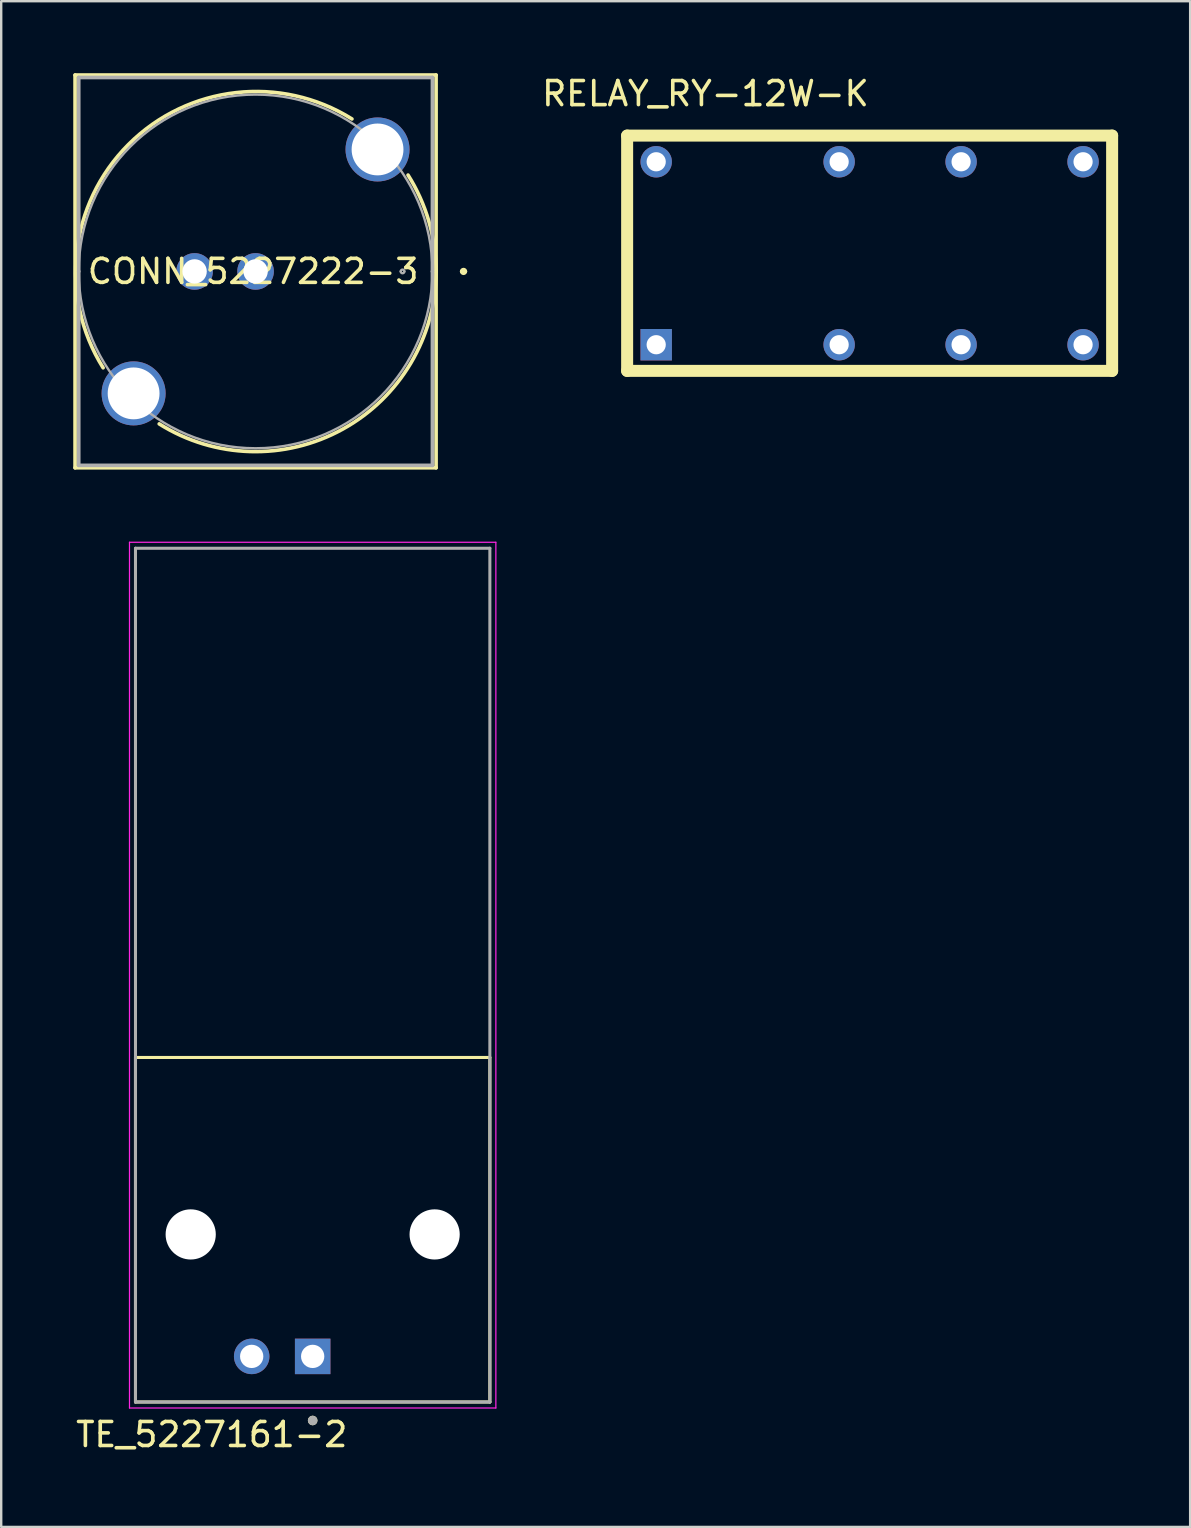
<source format=kicad_pcb>
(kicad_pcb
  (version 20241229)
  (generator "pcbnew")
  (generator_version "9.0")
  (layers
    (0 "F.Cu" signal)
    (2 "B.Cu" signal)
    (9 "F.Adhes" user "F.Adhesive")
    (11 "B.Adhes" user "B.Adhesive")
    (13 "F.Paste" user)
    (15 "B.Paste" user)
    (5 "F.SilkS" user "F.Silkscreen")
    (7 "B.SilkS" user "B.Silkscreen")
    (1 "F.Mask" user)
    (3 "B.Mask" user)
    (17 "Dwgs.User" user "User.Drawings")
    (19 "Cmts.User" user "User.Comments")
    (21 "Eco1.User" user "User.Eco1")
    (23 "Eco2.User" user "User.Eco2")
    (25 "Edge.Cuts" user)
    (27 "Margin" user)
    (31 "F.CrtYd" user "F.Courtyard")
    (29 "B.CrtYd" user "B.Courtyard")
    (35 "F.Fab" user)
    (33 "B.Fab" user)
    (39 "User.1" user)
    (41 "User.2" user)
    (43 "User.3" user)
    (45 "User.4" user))
  (footprint "TE_5227161-2"
    (layer "F.Cu")
    (at 9.973 48.365)
    (property "Reference" "TE_5227161-2" (at -4.205 8.335 0) (layer "F.SilkS") (effects (font (size 1 1) (thickness 0.15))))
    (attr through_hole)
    (fp_line (start -7.38 -7.37) (end 7.38 -7.37) (stroke (width 0.127) (type solid)) (layer "F.SilkS"))
    (fp_line (start -7.38 6.98) (end -7.38 -7.37) (stroke (width 0.127) (type solid)) (layer "F.SilkS"))
    (fp_line (start 7.38 -7.37) (end 7.38 6.98) (stroke (width 0.127) (type solid)) (layer "F.SilkS"))
    (fp_line (start 7.38 6.98) (end -7.38 6.98) (stroke (width 0.127) (type solid)) (layer "F.SilkS"))
    (fp_circle (center 0 7.75) (end 0.1 7.75) (stroke (width 0.2) (type solid)) (fill no) (layer "F.SilkS"))
    (fp_line (start -7.63 -28.83) (end 7.63 -28.83) (stroke (width 0.05) (type solid)) (layer "F.CrtYd"))
    (fp_line (start -7.63 7.23) (end -7.63 -28.83) (stroke (width 0.05) (type solid)) (layer "F.CrtYd"))
    (fp_line (start 7.63 -28.83) (end 7.63 7.23) (stroke (width 0.05) (type solid)) (layer "F.CrtYd"))
    (fp_line (start 7.63 7.23) (end -7.63 7.23) (stroke (width 0.05) (type solid)) (layer "F.CrtYd"))
    (fp_line (start -7.38 -28.58) (end 7.38 -28.58) (stroke (width 0.127) (type solid)) (layer "F.Fab"))
    (fp_line (start -7.38 6.98) (end -7.38 -28.58) (stroke (width 0.127) (type solid)) (layer "F.Fab"))
    (fp_line (start 7.38 -28.58) (end 7.38 6.98) (stroke (width 0.127) (type solid)) (layer "F.Fab"))
    (fp_line (start 7.38 6.98) (end -7.38 6.98) (stroke (width 0.127) (type solid)) (layer "F.Fab"))
    (fp_circle (center 0 7.75) (end 0.1 7.75) (stroke (width 0.2) (type solid)) (fill no) (layer "F.Fab"))
    (pad "" np_thru_hole circle (at -5.08 0) (size 2.09 2.09) (drill 2.09) (layers "*.Cu" "*.Mask"))
    (pad "" np_thru_hole circle (at 5.08 0) (size 2.09 2.09) (drill 2.09) (layers "*.Cu" "*.Mask"))
    (pad "G" thru_hole circle (at -2.54 5.08) (size 1.478 1.478) (drill 0.97) (layers "*.Cu" "*.Mask"))
    (pad "S" thru_hole rect (at 0 5.08) (size 1.478 1.478) (drill 0.97) (layers "*.Cu" "*.Mask")))
  (footprint "RELAY_RY-12W-K"
    (layer "F.Cu")
    (at 33.171 7.498)
    (property "Reference" "RELAY_RY-12W-K" (at -6.839 -6.648 0) (layer "F.SilkS") (effects (font (size 1.002 1.002) (thickness 0.15))))
    (attr through_hole)
    (fp_line (start -10.1 -4.9) (end -10.1 4.9) (stroke (width 0.5) (type solid)) (layer "F.SilkS"))
    (fp_line (start -10.1 4.9) (end 10.1 4.9) (stroke (width 0.5) (type solid)) (layer "F.SilkS"))
    (fp_line (start 10.1 -4.9) (end -10.1 -4.9) (stroke (width 0.5) (type solid)) (layer "F.SilkS"))
    (fp_line (start 10.1 4.9) (end 10.1 -4.9) (stroke (width 0.5) (type solid)) (layer "F.SilkS"))
    (pad "1" thru_hole rect (at -8.89 3.81) (size 1.308 1.308) (drill 0.8) (layers "*.Cu" "*.Mask"))
    (pad "4" thru_hole circle (at -1.27 3.81) (size 1.308 1.308) (drill 0.8) (layers "*.Cu" "*.Mask"))
    (pad "6" thru_hole circle (at 3.81 3.81) (size 1.308 1.308) (drill 0.8) (layers "*.Cu" "*.Mask"))
    (pad "8" thru_hole circle (at 8.89 3.81) (size 1.308 1.308) (drill 0.8) (layers "*.Cu" "*.Mask"))
    (pad "9" thru_hole circle (at 8.89 -3.81) (size 1.308 1.308) (drill 0.8) (layers "*.Cu" "*.Mask"))
    (pad "11" thru_hole circle (at 3.81 -3.81) (size 1.308 1.308) (drill 0.8) (layers "*.Cu" "*.Mask"))
    (pad "13" thru_hole circle (at -1.27 -3.81) (size 1.308 1.308) (drill 0.8) (layers "*.Cu" "*.Mask"))
    (pad "16" thru_hole circle (at -8.89 -3.81) (size 1.308 1.308) (drill 0.8) (layers "*.Cu" "*.Mask")))
  (footprint "CONN_5227222-3"
    (layer "F.Cu")
    (at 7.595 8.255)
    (property "Reference" "CONN_5227222-3" (at -0.102 0 0) (layer "F.SilkS") (effects (font (size 1 1) (thickness 0.15))))
    (attr through_hole)
    (fp_line (start -7.518 -8.179) (end -7.518 8.179) (stroke (width 0.152) (type solid)) (layer "F.SilkS"))
    (fp_line (start -7.518 8.179) (end 7.518 8.179) (stroke (width 0.152) (type solid)) (layer "F.SilkS"))
    (fp_line (start 7.518 -8.179) (end -7.518 -8.179) (stroke (width 0.152) (type solid)) (layer "F.SilkS"))
    (fp_line (start 7.518 0) (end 7.518 -8.179) (stroke (width 0.152) (type solid)) (layer "F.SilkS"))
    (fp_line (start 7.518 8.179) (end 7.518 0) (stroke (width 0.152) (type solid)) (layer "F.SilkS"))
    (fp_arc (start -6.349999 4.013201) (mid -5.290031 -5.29003) (end 4.0132 -6.35) (stroke (width 0.1524) (type solid)) (layer "F.SilkS"))
    (fp_arc (start 6.35 -4.0132) (mid 7.216209 -2.088704) (end 7.5184 0) (stroke (width 0.1524) (type solid)) (layer "F.SilkS"))
    (fp_arc (start 7.5184 0) (mid 3.622818 6.571316) (end -4.0132 6.35) (stroke (width 0.1524) (type solid)) (layer "F.SilkS"))
    (fp_arc (start 8.5852 0) (mid 8.6614 -0.0762) (end 8.7376 0) (stroke (width 0.1524) (type solid)) (layer "F.SilkS"))
    (fp_arc (start 8.7376 0) (mid 8.6614 0.0762) (end 8.5852 0) (stroke (width 0.1524) (type solid)) (layer "F.SilkS"))
    (fp_line (start -7.366 -8.077) (end -7.366 0) (stroke (width 0.152) (type solid)) (layer "F.Fab"))
    (fp_line (start -7.366 0) (end -7.366 8.077) (stroke (width 0.152) (type solid)) (layer "F.Fab"))
    (fp_line (start -7.366 8.077) (end 7.366 8.077) (stroke (width 0.152) (type solid)) (layer "F.Fab"))
    (fp_line (start 7.366 -8.077) (end -7.366 -8.077) (stroke (width 0.152) (type solid)) (layer "F.Fab"))
    (fp_line (start 7.366 0) (end 7.366 -8.077) (stroke (width 0.152) (type solid)) (layer "F.Fab"))
    (fp_line (start 7.366 8.077) (end 7.366 0) (stroke (width 0.152) (type solid)) (layer "F.Fab"))
    (fp_arc (start -7.366 0) (mid 0 -7.366) (end 7.366 0) (stroke (width 0.1) (type solid)) (layer "F.Fab"))
    (fp_arc (start 6.0452 0) (mid 6.1214 -0.0762) (end 6.1976 0) (stroke (width 0.1) (type solid)) (layer "F.Fab"))
    (fp_arc (start 6.1976 0) (mid 6.1214 0.0762) (end 6.0452 0) (stroke (width 0.1) (type solid)) (layer "F.Fab"))
    (fp_arc (start 7.366 0) (mid 0 7.366) (end -7.366 0) (stroke (width 0.1) (type solid)) (layer "F.Fab"))
    (pad "3" thru_hole circle (at -5.08 5.08) (size 2.667 2.667) (drill 2.159) (layers "*.Cu" "*.Mask"))
    (pad "4" thru_hole circle (at 5.08 -5.08) (size 2.667 2.667) (drill 2.159) (layers "*.Cu" "*.Mask"))
    (pad "BNC_GND" thru_hole circle (at -2.54 0) (size 1.524 1.524) (drill 1.016) (layers "*.Cu" "*.Mask"))
    (pad "BNC_IN" thru_hole circle (at 0 0) (size 1.524 1.524) (drill 1.016) (layers "*.Cu" "*.Mask")))
  (gr_rect
    (start -3 -3)
    (end 46.521 60.548)
    (stroke (width 0.1) (type default))
    (fill no)
    (layer "Edge.Cuts")))
</source>
